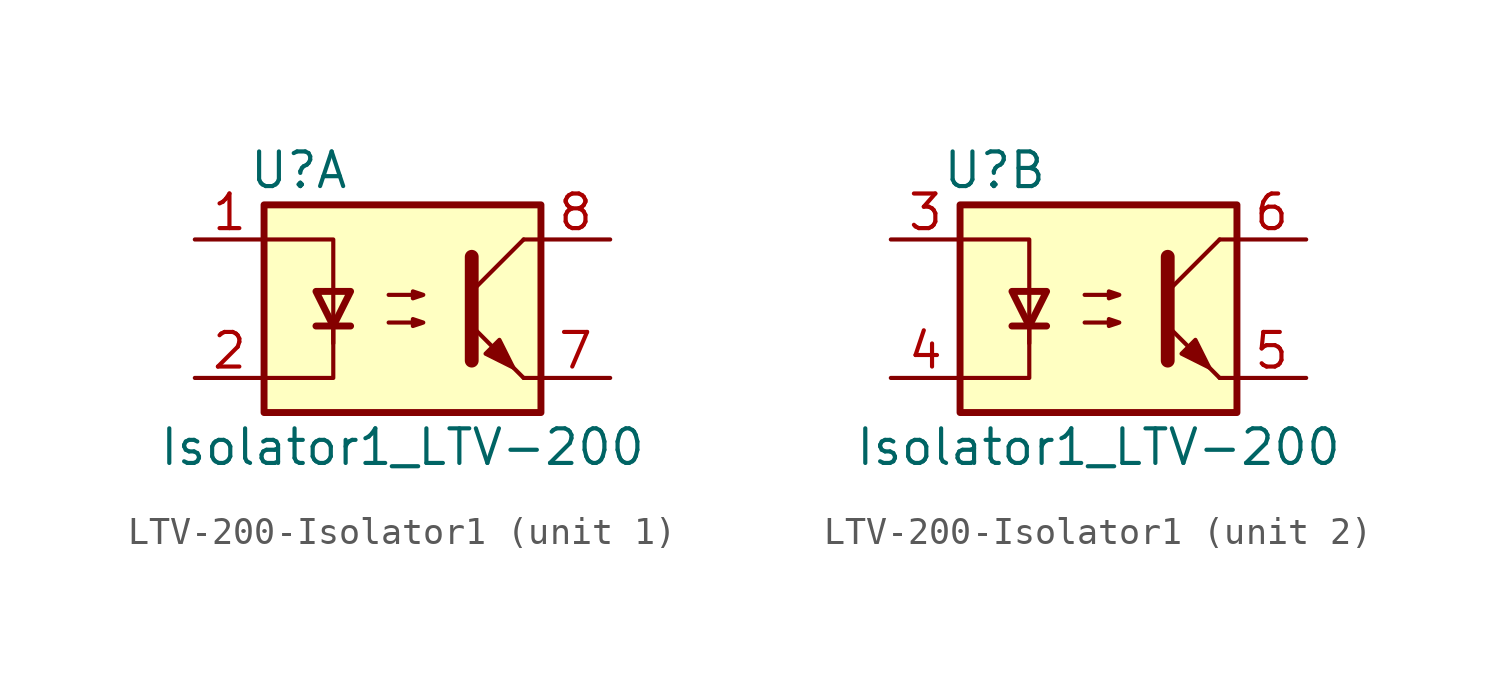
<source format=kicad_sym>
(kicad_symbol_lib
  (version 20220914)
  (generator kicad_symbol_editor)
  (symbol "LTV-200-Isolator1"
    (pin_names
      (offset 1.016))
    (property "Reference" "U"
      (at -3.81 5.08 0)
      (effects (font (size 1.27 1.27))))
    (property "Value" "Isolator1_LTV-200"
      (at 0 -5.08 0)
      (effects (font (size 1.27 1.27))))
    (symbol "LTV-200-Isolator1_0_1"
      (rectangle (start -5.08 3.81) (end 5.08 -3.81) (stroke (width 0.254) (type solid)) (fill (type background)))
      (polyline (pts (xy -3.175 -0.635) (xy -1.905 -0.635)) (stroke (width 0.254) (type solid)) (fill (type none)))
      (polyline (pts (xy 2.54 0.635) (xy 4.445 2.54)) (stroke (width 0) (type solid)) (fill (type none)))
      (polyline (pts (xy 4.445 -2.54) (xy 2.54 -0.635)) (stroke (width 0) (type solid)) (fill (type outline)))
      (polyline (pts (xy 4.445 -2.54) (xy 5.08 -2.54)) (stroke (width 0) (type solid)) (fill (type none)))
      (polyline (pts (xy 4.445 2.54) (xy 5.08 2.54)) (stroke (width 0) (type solid)) (fill (type none)))
      (polyline (pts (xy -2.54 -0.635) (xy -2.54 -2.54) (xy -5.08 -2.54)) (stroke (width 0) (type solid)) (fill (type none)))
      (polyline (pts (xy 2.54 1.905) (xy 2.54 -1.905) (xy 2.54 -1.905)) (stroke (width 0.508) (type solid)) (fill (type none)))
      (polyline (pts (xy -5.08 2.54) (xy -2.54 2.54) (xy -2.54 -1.27) (xy -2.54 0.635)) (stroke (width 0) (type solid)) (fill (type none)))
      (polyline (pts (xy -2.54 -0.635) (xy -3.175 0.635) (xy -1.905 0.635) (xy -2.54 -0.635)) (stroke (width 0.254) (type solid)) (fill (type none)))
      (polyline (pts (xy -0.508 -0.508) (xy 0.762 -0.508) (xy 0.381 -0.635) (xy 0.381 -0.381) (xy 0.762 -0.508)) (stroke (width 0) (type solid)) (fill (type none)))
      (polyline (pts (xy -0.508 0.508) (xy 0.762 0.508) (xy 0.381 0.381) (xy 0.381 0.635) (xy 0.762 0.508)) (stroke (width 0) (type solid)) (fill (type none)))
      (polyline (pts (xy 3.048 -1.651) (xy 3.556 -1.143) (xy 4.064 -2.159) (xy 3.048 -1.651) (xy 3.048 -1.651)) (stroke (width 0) (type solid)) (fill (type outline))))
    (symbol "LTV-200-Isolator1_1_1"
      (pin passive line (at -7.62 2.54 0) (length 2.54) (name "~" (effects (font (size 1.27 1.27)))) (number "1" (effects (font (size 1.27 1.27)))))
      (pin passive line (at -7.62 -2.54 0) (length 2.54) (name "~" (effects (font (size 1.27 1.27)))) (number "2" (effects (font (size 1.27 1.27)))))
      (pin passive line (at 7.62 -2.54 180) (length 2.54) (name "~" (effects (font (size 1.27 1.27)))) (number "7" (effects (font (size 1.27 1.27)))))
      (pin passive line (at 7.62 2.54 180) (length 2.54) (name "~" (effects (font (size 1.27 1.27)))) (number "8" (effects (font (size 1.27 1.27))))))
    (symbol "LTV-200-Isolator1_2_1"
      (pin passive line (at -7.62 2.54 0) (length 2.54) (name "~" (effects (font (size 1.27 1.27)))) (number "3" (effects (font (size 1.27 1.27)))))
      (pin passive line (at -7.62 -2.54 0) (length 2.54) (name "~" (effects (font (size 1.27 1.27)))) (number "4" (effects (font (size 1.27 1.27)))))
      (pin passive line (at 7.62 -2.54 180) (length 2.54) (name "~" (effects (font (size 1.27 1.27)))) (number "5" (effects (font (size 1.27 1.27)))))
      (pin passive line (at 7.62 2.54 180) (length 2.54) (name "~" (effects (font (size 1.27 1.27)))) (number "6" (effects (font (size 1.27 1.27))))))))
</source>
